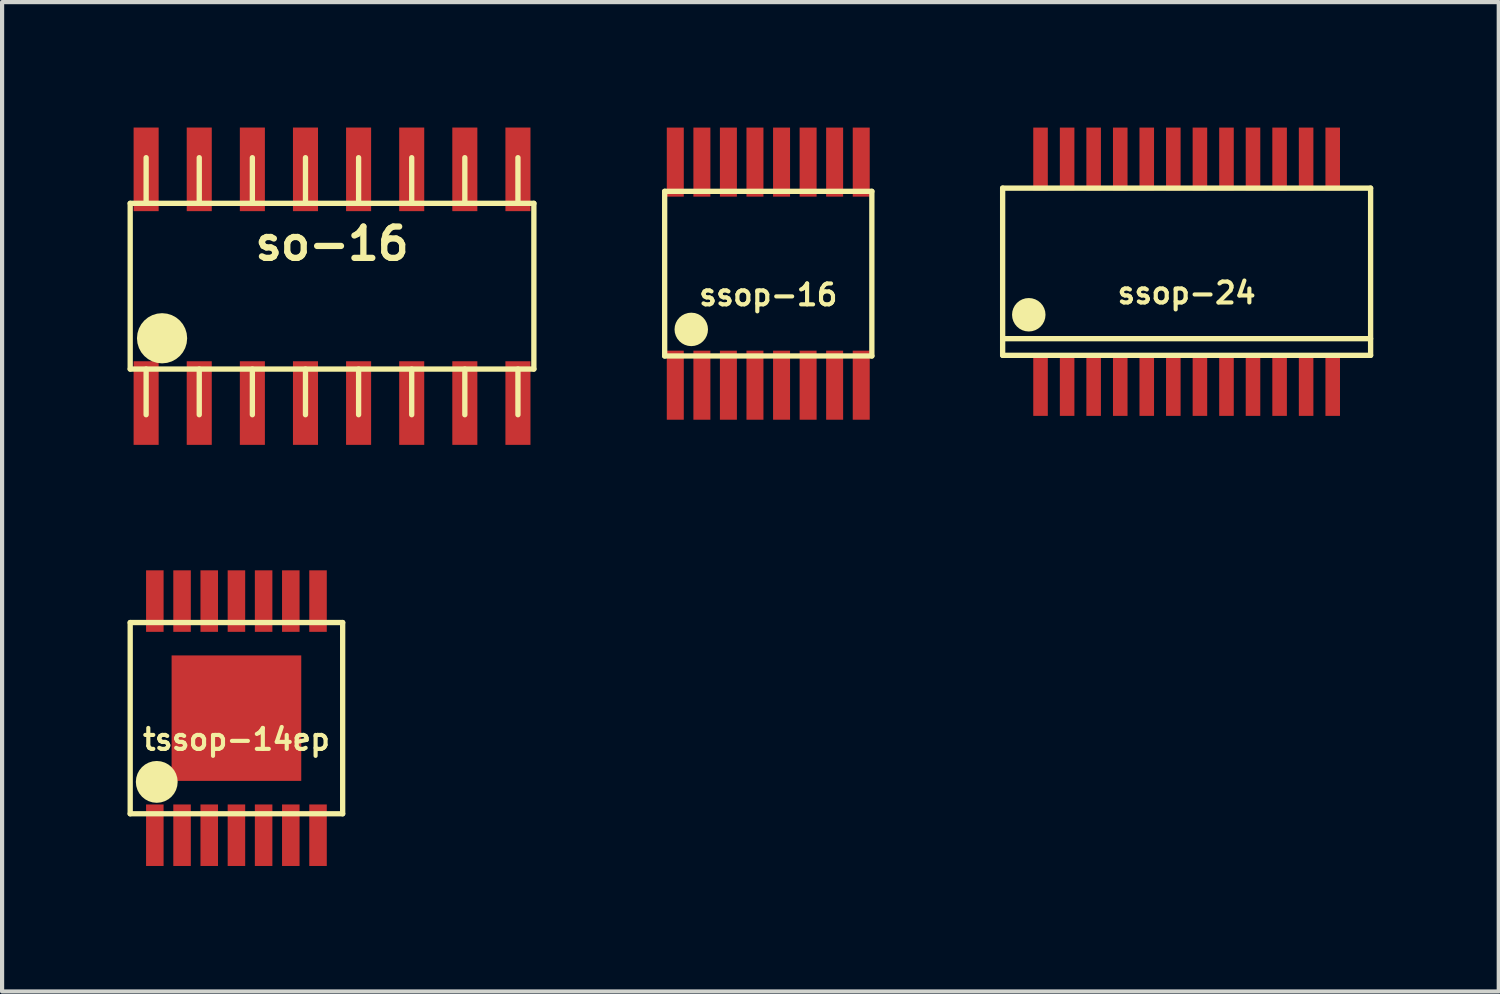
<source format=kicad_pcb>
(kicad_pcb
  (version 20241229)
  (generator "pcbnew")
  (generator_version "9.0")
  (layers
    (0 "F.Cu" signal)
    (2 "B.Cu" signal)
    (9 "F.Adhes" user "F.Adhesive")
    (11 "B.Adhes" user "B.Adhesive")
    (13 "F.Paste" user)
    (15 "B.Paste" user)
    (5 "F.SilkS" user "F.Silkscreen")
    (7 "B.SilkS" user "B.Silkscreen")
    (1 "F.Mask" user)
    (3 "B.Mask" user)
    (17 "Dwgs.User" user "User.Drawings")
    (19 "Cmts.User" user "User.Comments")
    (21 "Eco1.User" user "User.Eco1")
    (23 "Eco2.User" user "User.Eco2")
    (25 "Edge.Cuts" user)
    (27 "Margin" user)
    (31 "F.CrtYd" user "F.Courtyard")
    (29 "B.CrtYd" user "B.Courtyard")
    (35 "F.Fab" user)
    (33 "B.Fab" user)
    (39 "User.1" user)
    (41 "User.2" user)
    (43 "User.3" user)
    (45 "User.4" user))
  (footprint "ssop-16"
    (layer "F.Cu")
    (at 15.319 3.493)
    (property "Reference" "ssop-16" (at 0 0.508 0) (layer "F.SilkS") (effects (font (size 0.5 0.5) (thickness 0.099))))
    (attr smd)
    (fp_line (start -2.477 -1.968) (end -2.477 1.968) (stroke (width 0.127) (type solid)) (layer "F.SilkS"))
    (fp_line (start -2.477 1.968) (end 2.477 1.968) (stroke (width 0.127) (type solid)) (layer "F.SilkS"))
    (fp_line (start 2.477 -1.968) (end -2.477 -1.968) (stroke (width 0.127) (type solid)) (layer "F.SilkS"))
    (fp_line (start 2.477 1.968) (end 2.477 -1.968) (stroke (width 0.127) (type solid)) (layer "F.SilkS"))
    (fp_circle (center -1.841 1.333) (end -1.641 1.333) (stroke (width 0.4) (type solid)) (fill no) (layer "F.SilkS"))
    (pad "1" smd rect (at -2.223 2.667) (size 0.406 1.651) (layers "F.Cu" "F.Mask" "F.Paste"))
    (pad "2" smd rect (at -1.587 2.667) (size 0.406 1.651) (layers "F.Cu" "F.Mask" "F.Paste"))
    (pad "3" smd rect (at -0.953 2.667) (size 0.406 1.651) (layers "F.Cu" "F.Mask" "F.Paste"))
    (pad "4" smd rect (at -0.318 2.667) (size 0.406 1.651) (layers "F.Cu" "F.Mask" "F.Paste"))
    (pad "5" smd rect (at 0.318 2.667) (size 0.406 1.651) (layers "F.Cu" "F.Mask" "F.Paste"))
    (pad "6" smd rect (at 0.953 2.667) (size 0.406 1.651) (layers "F.Cu" "F.Mask" "F.Paste"))
    (pad "7" smd rect (at 1.587 2.667) (size 0.406 1.651) (layers "F.Cu" "F.Mask" "F.Paste"))
    (pad "8" smd rect (at 2.223 2.667) (size 0.406 1.651) (layers "F.Cu" "F.Mask" "F.Paste"))
    (pad "9" smd rect (at 2.223 -2.667) (size 0.406 1.651) (layers "F.Cu" "F.Mask" "F.Paste"))
    (pad "10" smd rect (at 1.587 -2.667) (size 0.406 1.651) (layers "F.Cu" "F.Mask" "F.Paste"))
    (pad "11" smd rect (at 0.953 -2.667) (size 0.406 1.651) (layers "F.Cu" "F.Mask" "F.Paste"))
    (pad "12" smd rect (at 0.318 -2.667) (size 0.406 1.651) (layers "F.Cu" "F.Mask" "F.Paste"))
    (pad "13" smd rect (at -0.318 -2.667) (size 0.406 1.651) (layers "F.Cu" "F.Mask" "F.Paste"))
    (pad "14" smd rect (at -0.953 -2.667) (size 0.406 1.651) (layers "F.Cu" "F.Mask" "F.Paste"))
    (pad "15" smd rect (at -1.587 -2.667) (size 0.406 1.651) (layers "F.Cu" "F.Mask" "F.Paste"))
    (pad "16" smd rect (at -2.223 -2.667) (size 0.406 1.651) (layers "F.Cu" "F.Mask" "F.Paste")))
  (footprint "tssop-14ep"
    (layer "F.Cu")
    (at 2.603 14.121)
    (property "Reference" "tssop-14ep" (at 0 0.508 0) (layer "F.SilkS") (effects (font (size 0.5 0.5) (thickness 0.099))))
    (attr smd)
    (fp_line (start -2.54 -2.286) (end -2.54 2.286) (stroke (width 0.127) (type solid)) (layer "F.SilkS"))
    (fp_line (start -2.54 2.286) (end 2.54 2.286) (stroke (width 0.127) (type solid)) (layer "F.SilkS"))
    (fp_line (start 2.54 -2.286) (end -2.54 -2.286) (stroke (width 0.127) (type solid)) (layer "F.SilkS"))
    (fp_line (start 2.54 2.286) (end 2.54 -2.286) (stroke (width 0.127) (type solid)) (layer "F.SilkS"))
    (fp_circle (center -1.905 1.524) (end -1.655 1.524) (stroke (width 0.5) (type solid)) (fill no) (layer "F.SilkS"))
    (pad "" smd rect (at -1 -1) (size 0.8 0.8) (layers "F.Paste"))
    (pad "" smd rect (at -1 0) (size 0.8 0.8) (layers "F.Paste"))
    (pad "" smd rect (at -1 1) (size 0.8 0.8) (layers "F.Paste"))
    (pad "" smd rect (at 0 -1) (size 0.8 0.8) (layers "F.Paste"))
    (pad "" smd rect (at 0 0) (size 0.8 0.8) (layers "F.Paste"))
    (pad "" smd rect (at 0 1) (size 0.8 0.8) (layers "F.Paste"))
    (pad "" smd rect (at 1 -1) (size 0.8 0.8) (layers "F.Paste"))
    (pad "" smd rect (at 1 0) (size 0.8 0.8) (layers "F.Paste"))
    (pad "" smd rect (at 1 1) (size 0.8 0.8) (layers "F.Paste"))
    (pad "1" smd rect (at -1.951 2.799) (size 0.419 1.471) (layers "F.Cu" "F.Mask" "F.Paste"))
    (pad "2" smd rect (at -1.3 2.799) (size 0.419 1.471) (layers "F.Cu" "F.Mask" "F.Paste"))
    (pad "3" smd rect (at -0.65 2.799) (size 0.419 1.471) (layers "F.Cu" "F.Mask" "F.Paste"))
    (pad "4" smd rect (at 0 2.799) (size 0.419 1.471) (layers "F.Cu" "F.Mask" "F.Paste"))
    (pad "5" smd rect (at 0.65 2.799) (size 0.419 1.471) (layers "F.Cu" "F.Mask" "F.Paste"))
    (pad "6" smd rect (at 1.3 2.799) (size 0.419 1.471) (layers "F.Cu" "F.Mask" "F.Paste"))
    (pad "7" smd rect (at 1.951 2.799) (size 0.419 1.471) (layers "F.Cu" "F.Mask" "F.Paste"))
    (pad "8" smd rect (at 1.951 -2.799) (size 0.419 1.471) (layers "F.Cu" "F.Mask" "F.Paste"))
    (pad "9" smd rect (at 1.3 -2.799) (size 0.419 1.471) (layers "F.Cu" "F.Mask" "F.Paste"))
    (pad "10" smd rect (at 0.65 -2.799) (size 0.419 1.471) (layers "F.Cu" "F.Mask" "F.Paste"))
    (pad "11" smd rect (at 0 -2.799) (size 0.419 1.471) (layers "F.Cu" "F.Mask" "F.Paste"))
    (pad "12" smd rect (at -0.65 -2.799) (size 0.419 1.471) (layers "F.Cu" "F.Mask" "F.Paste"))
    (pad "13" smd rect (at -1.3 -2.799) (size 0.419 1.471) (layers "F.Cu" "F.Mask" "F.Paste"))
    (pad "14" smd rect (at -1.951 -2.799) (size 0.419 1.471) (layers "F.Cu" "F.Mask" "F.Paste"))
    (pad "15" smd rect (at 0 0) (size 3.1 3) (layers "F.Cu" "F.Mask")))
  (footprint "ssop-24"
    (layer "F.Cu")
    (at 25.322 3.447)
    (property "Reference" "ssop-24" (at 0 0.508 0) (layer "F.SilkS") (effects (font (size 0.5 0.5) (thickness 0.099))))
    (attr smd)
    (fp_line (start -4.399 -1.999) (end 4.399 -1.999) (stroke (width 0.127) (type solid)) (layer "F.SilkS"))
    (fp_line (start -4.399 1.6) (end 4.399 1.6) (stroke (width 0.127) (type solid)) (layer "F.SilkS"))
    (fp_line (start -4.399 1.999) (end -4.399 -1.999) (stroke (width 0.127) (type solid)) (layer "F.SilkS"))
    (fp_line (start 4.399 -1.999) (end 4.399 1.999) (stroke (width 0.127) (type solid)) (layer "F.SilkS"))
    (fp_line (start 4.399 1.999) (end -4.399 1.999) (stroke (width 0.127) (type solid)) (layer "F.SilkS"))
    (fp_circle (center -3.774 1.029) (end -3.574 1.029) (stroke (width 0.4) (type solid)) (fill no) (layer "F.SilkS"))
    (pad "1" smd rect (at -3.493 2.697) (size 0.348 1.499) (layers "F.Cu" "F.Mask" "F.Paste"))
    (pad "2" smd rect (at -2.857 2.697) (size 0.348 1.499) (layers "F.Cu" "F.Mask" "F.Paste"))
    (pad "3" smd rect (at -2.223 2.697) (size 0.348 1.499) (layers "F.Cu" "F.Mask" "F.Paste"))
    (pad "4" smd rect (at -1.587 2.697) (size 0.348 1.499) (layers "F.Cu" "F.Mask" "F.Paste"))
    (pad "5" smd rect (at -0.953 2.697) (size 0.348 1.499) (layers "F.Cu" "F.Mask" "F.Paste"))
    (pad "6" smd rect (at -0.318 2.697) (size 0.348 1.499) (layers "F.Cu" "F.Mask" "F.Paste"))
    (pad "7" smd rect (at 0.318 2.697) (size 0.348 1.499) (layers "F.Cu" "F.Mask" "F.Paste"))
    (pad "8" smd rect (at 0.953 2.697) (size 0.348 1.499) (layers "F.Cu" "F.Mask" "F.Paste"))
    (pad "9" smd rect (at 1.587 2.697) (size 0.348 1.499) (layers "F.Cu" "F.Mask" "F.Paste"))
    (pad "10" smd rect (at 2.223 2.697) (size 0.348 1.499) (layers "F.Cu" "F.Mask" "F.Paste"))
    (pad "11" smd rect (at 2.857 2.697) (size 0.348 1.499) (layers "F.Cu" "F.Mask" "F.Paste"))
    (pad "12" smd rect (at 3.493 2.697) (size 0.348 1.499) (layers "F.Cu" "F.Mask" "F.Paste"))
    (pad "13" smd rect (at 3.493 -2.697) (size 0.348 1.499) (layers "F.Cu" "F.Mask" "F.Paste"))
    (pad "14" smd rect (at 2.857 -2.697) (size 0.348 1.499) (layers "F.Cu" "F.Mask" "F.Paste"))
    (pad "15" smd rect (at 2.223 -2.697) (size 0.348 1.499) (layers "F.Cu" "F.Mask" "F.Paste"))
    (pad "16" smd rect (at 1.587 -2.697) (size 0.348 1.499) (layers "F.Cu" "F.Mask" "F.Paste"))
    (pad "17" smd rect (at 0.953 -2.697) (size 0.348 1.499) (layers "F.Cu" "F.Mask" "F.Paste"))
    (pad "18" smd rect (at 0.318 -2.697) (size 0.348 1.499) (layers "F.Cu" "F.Mask" "F.Paste"))
    (pad "19" smd rect (at -0.318 -2.697) (size 0.348 1.499) (layers "F.Cu" "F.Mask" "F.Paste"))
    (pad "20" smd rect (at -0.953 -2.697) (size 0.348 1.499) (layers "F.Cu" "F.Mask" "F.Paste"))
    (pad "21" smd rect (at -1.587 -2.697) (size 0.348 1.499) (layers "F.Cu" "F.Mask" "F.Paste"))
    (pad "22" smd rect (at -2.223 -2.697) (size 0.348 1.499) (layers "F.Cu" "F.Mask" "F.Paste"))
    (pad "23" smd rect (at -2.857 -2.697) (size 0.348 1.499) (layers "F.Cu" "F.Mask" "F.Paste"))
    (pad "24" smd rect (at -3.493 -2.697) (size 0.348 1.499) (layers "F.Cu" "F.Mask" "F.Paste")))
  (footprint "so-16"
    (layer "F.Cu")
    (at 4.889 3.793)
    (property "Reference" "so-16" (at 0 -1.016 0) (layer "F.SilkS") (effects (font (size 0.749 0.749) (thickness 0.15))))
    (attr smd)
    (fp_line (start -4.826 -1.981) (end -4.826 1.981) (stroke (width 0.127) (type solid)) (layer "F.SilkS"))
    (fp_line (start -4.826 1.981) (end 4.826 1.981) (stroke (width 0.127) (type solid)) (layer "F.SilkS"))
    (fp_line (start -4.445 -3.073) (end -4.445 -1.981) (stroke (width 0.127) (type solid)) (layer "F.SilkS"))
    (fp_line (start -4.445 1.981) (end -4.445 3.073) (stroke (width 0.127) (type solid)) (layer "F.SilkS"))
    (fp_line (start -3.175 -1.981) (end -3.175 -3.073) (stroke (width 0.127) (type solid)) (layer "F.SilkS"))
    (fp_line (start -3.175 3.073) (end -3.175 1.981) (stroke (width 0.127) (type solid)) (layer "F.SilkS"))
    (fp_line (start -1.905 -1.981) (end -1.905 -3.073) (stroke (width 0.127) (type solid)) (layer "F.SilkS"))
    (fp_line (start -1.905 3.073) (end -1.905 1.981) (stroke (width 0.127) (type solid)) (layer "F.SilkS"))
    (fp_line (start -0.635 -1.981) (end -0.635 -3.073) (stroke (width 0.127) (type solid)) (layer "F.SilkS"))
    (fp_line (start -0.635 3.073) (end -0.635 1.981) (stroke (width 0.127) (type solid)) (layer "F.SilkS"))
    (fp_line (start 0.635 -1.981) (end 0.635 -3.073) (stroke (width 0.127) (type solid)) (layer "F.SilkS"))
    (fp_line (start 0.635 3.073) (end 0.635 1.981) (stroke (width 0.127) (type solid)) (layer "F.SilkS"))
    (fp_line (start 1.905 -3.073) (end 1.905 -1.981) (stroke (width 0.127) (type solid)) (layer "F.SilkS"))
    (fp_line (start 1.905 1.981) (end 1.905 3.073) (stroke (width 0.127) (type solid)) (layer "F.SilkS"))
    (fp_line (start 3.175 -3.073) (end 3.175 -1.981) (stroke (width 0.127) (type solid)) (layer "F.SilkS"))
    (fp_line (start 3.175 1.981) (end 3.175 3.073) (stroke (width 0.127) (type solid)) (layer "F.SilkS"))
    (fp_line (start 4.445 -3.073) (end 4.445 -1.981) (stroke (width 0.127) (type solid)) (layer "F.SilkS"))
    (fp_line (start 4.445 1.981) (end 4.445 3.073) (stroke (width 0.127) (type solid)) (layer "F.SilkS"))
    (fp_line (start 4.826 -1.981) (end -4.826 -1.981) (stroke (width 0.127) (type solid)) (layer "F.SilkS"))
    (fp_line (start 4.826 1.981) (end 4.826 -1.981) (stroke (width 0.127) (type solid)) (layer "F.SilkS"))
    (fp_circle (center -4.064 1.245) (end -3.764 1.245) (stroke (width 0.6) (type solid)) (fill no) (layer "F.SilkS"))
    (pad "1" smd rect (at -4.445 2.794) (size 0.599 1.999) (layers "F.Cu" "F.Mask" "F.Paste"))
    (pad "2" smd rect (at -3.175 2.794) (size 0.599 1.999) (layers "F.Cu" "F.Mask" "F.Paste"))
    (pad "3" smd rect (at -1.905 2.794) (size 0.599 1.999) (layers "F.Cu" "F.Mask" "F.Paste"))
    (pad "4" smd rect (at -0.635 2.794) (size 0.599 1.999) (layers "F.Cu" "F.Mask" "F.Paste"))
    (pad "5" smd rect (at 0.635 2.794) (size 0.599 1.999) (layers "F.Cu" "F.Mask" "F.Paste"))
    (pad "6" smd rect (at 1.905 2.794) (size 0.599 1.999) (layers "F.Cu" "F.Mask" "F.Paste"))
    (pad "7" smd rect (at 3.175 2.794) (size 0.599 1.999) (layers "F.Cu" "F.Mask" "F.Paste"))
    (pad "8" smd rect (at 4.445 2.794) (size 0.599 1.999) (layers "F.Cu" "F.Mask" "F.Paste"))
    (pad "9" smd rect (at 4.445 -2.794) (size 0.599 1.999) (layers "F.Cu" "F.Mask" "F.Paste"))
    (pad "10" smd rect (at 3.175 -2.794) (size 0.599 1.999) (layers "F.Cu" "F.Mask" "F.Paste"))
    (pad "11" smd rect (at 1.905 -2.794) (size 0.599 1.999) (layers "F.Cu" "F.Mask" "F.Paste"))
    (pad "12" smd rect (at 0.635 -2.794) (size 0.599 1.999) (layers "F.Cu" "F.Mask" "F.Paste"))
    (pad "13" smd rect (at -0.635 -2.794) (size 0.599 1.999) (layers "F.Cu" "F.Mask" "F.Paste"))
    (pad "14" smd rect (at -1.905 -2.794) (size 0.599 1.999) (layers "F.Cu" "F.Mask" "F.Paste"))
    (pad "15" smd rect (at -3.175 -2.794) (size 0.599 1.999) (layers "F.Cu" "F.Mask" "F.Paste"))
    (pad "16" smd rect (at -4.445 -2.794) (size 0.599 1.999) (layers "F.Cu" "F.Mask" "F.Paste")))
  (gr_rect
    (start -3 -3)
    (end 32.785 20.656)
    (stroke (width 0.1) (type default))
    (fill no)
    (layer "Edge.Cuts")))
</source>
